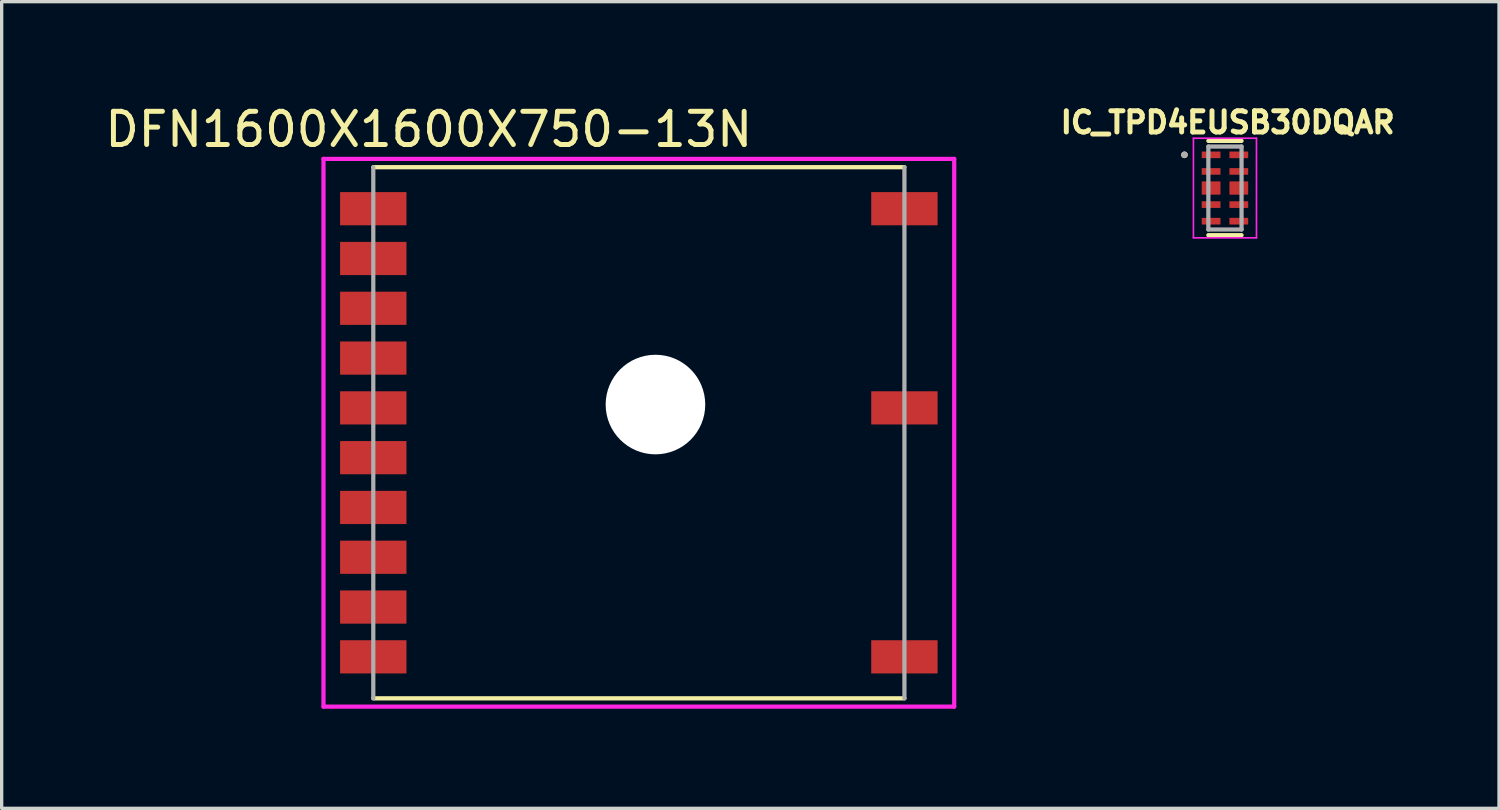
<source format=kicad_pcb>
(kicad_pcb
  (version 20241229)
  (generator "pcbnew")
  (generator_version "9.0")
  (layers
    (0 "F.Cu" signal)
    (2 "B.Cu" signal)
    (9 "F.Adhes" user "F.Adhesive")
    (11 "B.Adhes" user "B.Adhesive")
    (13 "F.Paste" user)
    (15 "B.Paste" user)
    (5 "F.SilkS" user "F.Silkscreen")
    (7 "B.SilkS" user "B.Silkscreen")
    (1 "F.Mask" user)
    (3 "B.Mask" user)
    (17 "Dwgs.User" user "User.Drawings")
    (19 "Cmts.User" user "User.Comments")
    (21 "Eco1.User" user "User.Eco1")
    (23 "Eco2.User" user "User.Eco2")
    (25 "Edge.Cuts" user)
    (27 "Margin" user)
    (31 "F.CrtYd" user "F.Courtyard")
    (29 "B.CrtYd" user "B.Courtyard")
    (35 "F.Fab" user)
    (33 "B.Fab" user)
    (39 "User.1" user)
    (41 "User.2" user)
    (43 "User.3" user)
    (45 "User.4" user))
  (footprint "DFN1600X1600X750-13N"
    (layer "F.Cu")
    (at 16.195 9.987)
    (property "Reference" "DFN1600X1600X750-13N" (at -6.328 -9.139 0) (layer "F.SilkS") (effects (font (size 1 1) (thickness 0.15))))
    (attr smd)
    (fp_line (start -8 8) (end 8 8) (stroke (width 0.127) (type solid)) (layer "F.SilkS"))
    (fp_line (start 8 -8) (end -8 -8) (stroke (width 0.127) (type solid)) (layer "F.SilkS"))
    (fp_line (start -9.5 -8.25) (end 9.5 -8.25) (stroke (width 0.127) (type solid)) (layer "F.CrtYd"))
    (fp_line (start -9.5 8.25) (end -9.5 -8.25) (stroke (width 0.127) (type solid)) (layer "F.CrtYd"))
    (fp_line (start 9.5 -8.25) (end 9.5 8.25) (stroke (width 0.127) (type solid)) (layer "F.CrtYd"))
    (fp_line (start 9.5 8.25) (end -9.5 8.25) (stroke (width 0.127) (type solid)) (layer "F.CrtYd"))
    (fp_line (start -8 -8) (end -8 8) (stroke (width 0.127) (type solid)) (layer "F.Fab"))
    (fp_line (start 8 8) (end 8 -8) (stroke (width 0.127) (type solid)) (layer "F.Fab"))
    (pad "" np_thru_hole circle (at 0.5 -0.85) (size 3 3) (drill 3) (layers "*.Cu" "*.Mask"))
    (pad "1" smd rect (at -8 -6.75) (size 2 1) (layers "F.Cu" "F.Mask" "F.Paste"))
    (pad "2" smd rect (at -8 -5.25) (size 2 1) (layers "F.Cu" "F.Mask" "F.Paste"))
    (pad "3" smd rect (at -8 -3.75) (size 2 1) (layers "F.Cu" "F.Mask" "F.Paste"))
    (pad "4" smd rect (at -8 -2.25) (size 2 1) (layers "F.Cu" "F.Mask" "F.Paste"))
    (pad "5" smd rect (at -8 -0.75) (size 2 1) (layers "F.Cu" "F.Mask" "F.Paste"))
    (pad "6" smd rect (at -8 0.75) (size 2 1) (layers "F.Cu" "F.Mask" "F.Paste"))
    (pad "7" smd rect (at -8 2.25) (size 2 1) (layers "F.Cu" "F.Mask" "F.Paste"))
    (pad "8" smd rect (at -8 3.75) (size 2 1) (layers "F.Cu" "F.Mask" "F.Paste"))
    (pad "9" smd rect (at -8 5.25) (size 2 1) (layers "F.Cu" "F.Mask" "F.Paste"))
    (pad "10" smd rect (at -8 6.75) (size 2 1) (layers "F.Cu" "F.Mask" "F.Paste"))
    (pad "11" smd rect (at 8 6.75) (size 2 1) (layers "F.Cu" "F.Mask" "F.Paste"))
    (pad "12" smd rect (at 8 -0.75) (size 2 1) (layers "F.Cu" "F.Mask" "F.Paste"))
    (pad "13" smd rect (at 8 -6.75) (size 2 1) (layers "F.Cu" "F.Mask" "F.Paste")))
  (footprint "IC_TPD4EUSB30DQAR"
    (layer "F.Cu")
    (at 33.851 2.614)
    (property "Reference" "IC_TPD4EUSB30DQAR" (at 0.082 -1.976 0) (layer "F.SilkS") (effects (font (size 0.64 0.64) (thickness 0.15))))
    (attr smd)
    (fp_poly (pts (xy -0.77 -1.17) (xy -0.065 -1.17) (xy -0.065 -0.83) (xy -0.77 -0.83)) (stroke (width 0.01) (type solid)) (fill yes) (layer "F.Mask"))
    (fp_poly (pts (xy -0.77 -0.67) (xy -0.065 -0.67) (xy -0.065 -0.33) (xy -0.77 -0.33)) (stroke (width 0.01) (type solid)) (fill yes) (layer "F.Mask"))
    (fp_poly (pts (xy -0.77 -0.27) (xy -0.065 -0.27) (xy -0.065 0.27) (xy -0.77 0.27)) (stroke (width 0.01) (type solid)) (fill yes) (layer "F.Mask"))
    (fp_poly (pts (xy -0.77 0.33) (xy -0.065 0.33) (xy -0.065 0.67) (xy -0.77 0.67)) (stroke (width 0.01) (type solid)) (fill yes) (layer "F.Mask"))
    (fp_poly (pts (xy -0.77 0.83) (xy -0.065 0.83) (xy -0.065 1.17) (xy -0.77 1.17)) (stroke (width 0.01) (type solid)) (fill yes) (layer "F.Mask"))
    (fp_poly (pts (xy 0.065 -1.17) (xy 0.77 -1.17) (xy 0.77 -0.83) (xy 0.065 -0.83)) (stroke (width 0.01) (type solid)) (fill yes) (layer "F.Mask"))
    (fp_poly (pts (xy 0.065 -0.67) (xy 0.77 -0.67) (xy 0.77 -0.33) (xy 0.065 -0.33)) (stroke (width 0.01) (type solid)) (fill yes) (layer "F.Mask"))
    (fp_poly (pts (xy 0.065 -0.27) (xy 0.77 -0.27) (xy 0.77 0.27) (xy 0.065 0.27)) (stroke (width 0.01) (type solid)) (fill yes) (layer "F.Mask"))
    (fp_poly (pts (xy 0.065 0.33) (xy 0.77 0.33) (xy 0.77 0.67) (xy 0.065 0.67)) (stroke (width 0.01) (type solid)) (fill yes) (layer "F.Mask"))
    (fp_poly (pts (xy 0.065 0.83) (xy 0.77 0.83) (xy 0.77 1.17) (xy 0.065 1.17)) (stroke (width 0.01) (type solid)) (fill yes) (layer "F.Mask"))
    (fp_line (start -0.5 -1.42) (end 0.5 -1.42) (stroke (width 0.127) (type solid)) (layer "F.SilkS"))
    (fp_line (start 0.5 1.42) (end -0.5 1.42) (stroke (width 0.127) (type solid)) (layer "F.SilkS"))
    (fp_circle (center -1.22 -1) (end -1.17 -1) (stroke (width 0.1) (type solid)) (fill no) (layer "F.SilkS"))
    (fp_poly (pts (xy -0.65 0.18) (xy -0.185 0.18) (xy -0.182 0.18) (xy -0.18 0.18) (xy -0.177 0.179) (xy -0.175 0.179) (xy -0.172 0.178) (xy -0.17 0.178) (xy -0.167 0.177) (xy -0.165 0.176) (xy -0.162 0.175) (xy -0.16 0.173) (xy -0.158 0.172) (xy -0.156 0.17) (xy -0.154 0.169) (xy -0.152 0.167) (xy -0.15 0.165) (xy -0.148 0.163) (xy -0.146 0.161) (xy -0.145 0.159) (xy -0.143 0.157) (xy -0.142 0.155) (xy -0.14 0.153) (xy -0.139 0.15) (xy -0.138 0.148) (xy -0.137 0.145) (xy -0.137 0.143) (xy -0.136 0.14) (xy -0.136 0.138) (xy -0.135 0.135) (xy -0.135 0.133) (xy -0.135 0.13) (xy -0.135 -0.133) (xy -0.135 -0.135) (xy -0.135 -0.137) (xy -0.136 -0.14) (xy -0.136 -0.142) (xy -0.137 -0.145) (xy -0.137 -0.147) (xy -0.138 -0.15) (xy -0.139 -0.152) (xy -0.14 -0.154) (xy -0.141 -0.156) (xy -0.143 -0.158) (xy -0.144 -0.16) (xy -0.146 -0.162) (xy -0.147 -0.164) (xy -0.149 -0.166) (xy -0.151 -0.168) (xy -0.153 -0.169) (xy -0.155 -0.171) (xy -0.157 -0.172) (xy -0.159 -0.174) (xy -0.161 -0.175) (xy -0.163 -0.176) (xy -0.165 -0.177) (xy -0.168 -0.178) (xy -0.17 -0.178) (xy -0.173 -0.179) (xy -0.175 -0.179) (xy -0.178 -0.18) (xy -0.18 -0.18) (xy -0.182 -0.18) (xy -0.65 -0.18) (xy -0.653 -0.18) (xy -0.655 -0.18) (xy -0.658 -0.179) (xy -0.66 -0.179) (xy -0.663 -0.178) (xy -0.665 -0.178) (xy -0.668 -0.177) (xy -0.67 -0.176) (xy -0.673 -0.175) (xy -0.675 -0.173) (xy -0.677 -0.172) (xy -0.679 -0.17) (xy -0.681 -0.169) (xy -0.683 -0.167) (xy -0.685 -0.165) (xy -0.687 -0.163) (xy -0.689 -0.161) (xy -0.69 -0.159) (xy -0.692 -0.157) (xy -0.693 -0.155) (xy -0.695 -0.153) (xy -0.696 -0.15) (xy -0.697 -0.148) (xy -0.698 -0.145) (xy -0.698 -0.143) (xy -0.699 -0.14) (xy -0.699 -0.138) (xy -0.7 -0.135) (xy -0.7 -0.133) (xy -0.7 -0.13) (xy -0.7 0.13) (xy -0.7 0.133) (xy -0.7 0.135) (xy -0.699 0.138) (xy -0.699 0.14) (xy -0.698 0.143) (xy -0.698 0.145) (xy -0.697 0.148) (xy -0.696 0.15) (xy -0.695 0.153) (xy -0.693 0.155) (xy -0.692 0.157) (xy -0.69 0.159) (xy -0.689 0.161) (xy -0.687 0.163) (xy -0.685 0.165) (xy -0.683 0.167) (xy -0.681 0.169) (xy -0.679 0.17) (xy -0.677 0.172) (xy -0.675 0.173) (xy -0.673 0.175) (xy -0.67 0.176) (xy -0.668 0.177) (xy -0.665 0.178) (xy -0.663 0.178) (xy -0.66 0.179) (xy -0.658 0.179) (xy -0.655 0.18) (xy -0.653 0.18) (xy -0.65 0.18)) (stroke (width 0.01) (type solid)) (fill yes) (layer "F.Paste"))
    (fp_poly (pts (xy 0.185 0.18) (xy 0.65 0.18) (xy 0.653 0.18) (xy 0.655 0.18) (xy 0.658 0.179) (xy 0.66 0.179) (xy 0.663 0.178) (xy 0.665 0.178) (xy 0.668 0.177) (xy 0.67 0.176) (xy 0.673 0.175) (xy 0.675 0.173) (xy 0.677 0.172) (xy 0.679 0.17) (xy 0.681 0.169) (xy 0.683 0.167) (xy 0.685 0.165) (xy 0.687 0.163) (xy 0.689 0.161) (xy 0.69 0.159) (xy 0.692 0.157) (xy 0.693 0.155) (xy 0.695 0.153) (xy 0.696 0.15) (xy 0.697 0.148) (xy 0.698 0.145) (xy 0.698 0.143) (xy 0.699 0.14) (xy 0.699 0.138) (xy 0.7 0.135) (xy 0.7 0.133) (xy 0.7 0.13) (xy 0.7 -0.133) (xy 0.7 -0.135) (xy 0.7 -0.137) (xy 0.699 -0.14) (xy 0.699 -0.142) (xy 0.698 -0.145) (xy 0.698 -0.147) (xy 0.697 -0.15) (xy 0.696 -0.152) (xy 0.695 -0.154) (xy 0.694 -0.156) (xy 0.692 -0.158) (xy 0.691 -0.16) (xy 0.689 -0.162) (xy 0.688 -0.164) (xy 0.686 -0.166) (xy 0.684 -0.168) (xy 0.682 -0.169) (xy 0.68 -0.171) (xy 0.678 -0.172) (xy 0.676 -0.174) (xy 0.674 -0.175) (xy 0.672 -0.176) (xy 0.67 -0.177) (xy 0.667 -0.178) (xy 0.665 -0.178) (xy 0.662 -0.179) (xy 0.66 -0.179) (xy 0.657 -0.18) (xy 0.655 -0.18) (xy 0.652 -0.18) (xy 0.185 -0.18) (xy 0.182 -0.18) (xy 0.18 -0.18) (xy 0.177 -0.179) (xy 0.175 -0.179) (xy 0.172 -0.178) (xy 0.17 -0.178) (xy 0.167 -0.177) (xy 0.165 -0.176) (xy 0.162 -0.175) (xy 0.16 -0.173) (xy 0.158 -0.172) (xy 0.156 -0.17) (xy 0.154 -0.169) (xy 0.152 -0.167) (xy 0.15 -0.165) (xy 0.148 -0.163) (xy 0.146 -0.161) (xy 0.145 -0.159) (xy 0.143 -0.157) (xy 0.142 -0.155) (xy 0.14 -0.153) (xy 0.139 -0.15) (xy 0.138 -0.148) (xy 0.137 -0.145) (xy 0.137 -0.143) (xy 0.136 -0.14) (xy 0.136 -0.138) (xy 0.135 -0.135) (xy 0.135 -0.133) (xy 0.135 -0.13) (xy 0.135 0.13) (xy 0.135 0.133) (xy 0.135 0.135) (xy 0.136 0.138) (xy 0.136 0.14) (xy 0.137 0.143) (xy 0.137 0.145) (xy 0.138 0.148) (xy 0.139 0.15) (xy 0.14 0.153) (xy 0.142 0.155) (xy 0.143 0.157) (xy 0.145 0.159) (xy 0.146 0.161) (xy 0.148 0.163) (xy 0.15 0.165) (xy 0.152 0.167) (xy 0.154 0.169) (xy 0.156 0.17) (xy 0.158 0.172) (xy 0.16 0.173) (xy 0.162 0.175) (xy 0.165 0.176) (xy 0.167 0.177) (xy 0.17 0.178) (xy 0.172 0.178) (xy 0.175 0.179) (xy 0.177 0.179) (xy 0.18 0.18) (xy 0.182 0.18) (xy 0.185 0.18)) (stroke (width 0.01) (type solid)) (fill yes) (layer "F.Paste"))
    (fp_line (start -0.95 -1.5) (end 0.95 -1.5) (stroke (width 0.05) (type solid)) (layer "F.CrtYd"))
    (fp_line (start -0.95 1.5) (end -0.95 -1.5) (stroke (width 0.05) (type solid)) (layer "F.CrtYd"))
    (fp_line (start 0.95 -1.5) (end 0.95 1.5) (stroke (width 0.05) (type solid)) (layer "F.CrtYd"))
    (fp_line (start 0.95 1.5) (end -0.95 1.5) (stroke (width 0.05) (type solid)) (layer "F.CrtYd"))
    (fp_line (start -0.5 -1.25) (end 0.5 -1.25) (stroke (width 0.127) (type solid)) (layer "F.Fab"))
    (fp_line (start -0.5 1.25) (end -0.5 -1.25) (stroke (width 0.127) (type solid)) (layer "F.Fab"))
    (fp_line (start 0.5 -1.25) (end 0.5 1.25) (stroke (width 0.127) (type solid)) (layer "F.Fab"))
    (fp_line (start 0.5 1.25) (end -0.5 1.25) (stroke (width 0.127) (type solid)) (layer "F.Fab"))
    (fp_circle (center -1.22 -1) (end -1.17 -1) (stroke (width 0.1) (type solid)) (fill no) (layer "F.Fab"))
    (pad "1" smd roundrect (at -0.417 -1) (size 0.565 0.2) (layers "F.Cu" "F.Paste") (roundrect_rratio 0.05))
    (pad "2" smd roundrect (at -0.417 -0.5) (size 0.565 0.2) (layers "F.Cu" "F.Paste") (roundrect_rratio 0.05))
    (pad "3" smd roundrect (at -0.417 0) (size 0.565 0.4) (layers "F.Cu") (roundrect_rratio 0.05))
    (pad "4" smd roundrect (at -0.417 0.5) (size 0.565 0.2) (layers "F.Cu" "F.Paste") (roundrect_rratio 0.05))
    (pad "5" smd roundrect (at -0.417 1) (size 0.565 0.2) (layers "F.Cu" "F.Paste") (roundrect_rratio 0.05))
    (pad "6" smd roundrect (at 0.417 1) (size 0.565 0.2) (layers "F.Cu" "F.Paste") (roundrect_rratio 0.05))
    (pad "7" smd roundrect (at 0.417 0.5) (size 0.565 0.2) (layers "F.Cu" "F.Paste") (roundrect_rratio 0.05))
    (pad "8" smd roundrect (at 0.417 0) (size 0.565 0.4) (layers "F.Cu") (roundrect_rratio 0.05))
    (pad "9" smd roundrect (at 0.417 -0.5) (size 0.565 0.2) (layers "F.Cu" "F.Paste") (roundrect_rratio 0.05))
    (pad "10" smd roundrect (at 0.417 -1) (size 0.565 0.2) (layers "F.Cu" "F.Paste") (roundrect_rratio 0.05)))
  (gr_rect
    (start -3 -3)
    (end 42.107 21.301)
    (stroke (width 0.1) (type default))
    (fill no)
    (layer "Edge.Cuts")))
</source>
